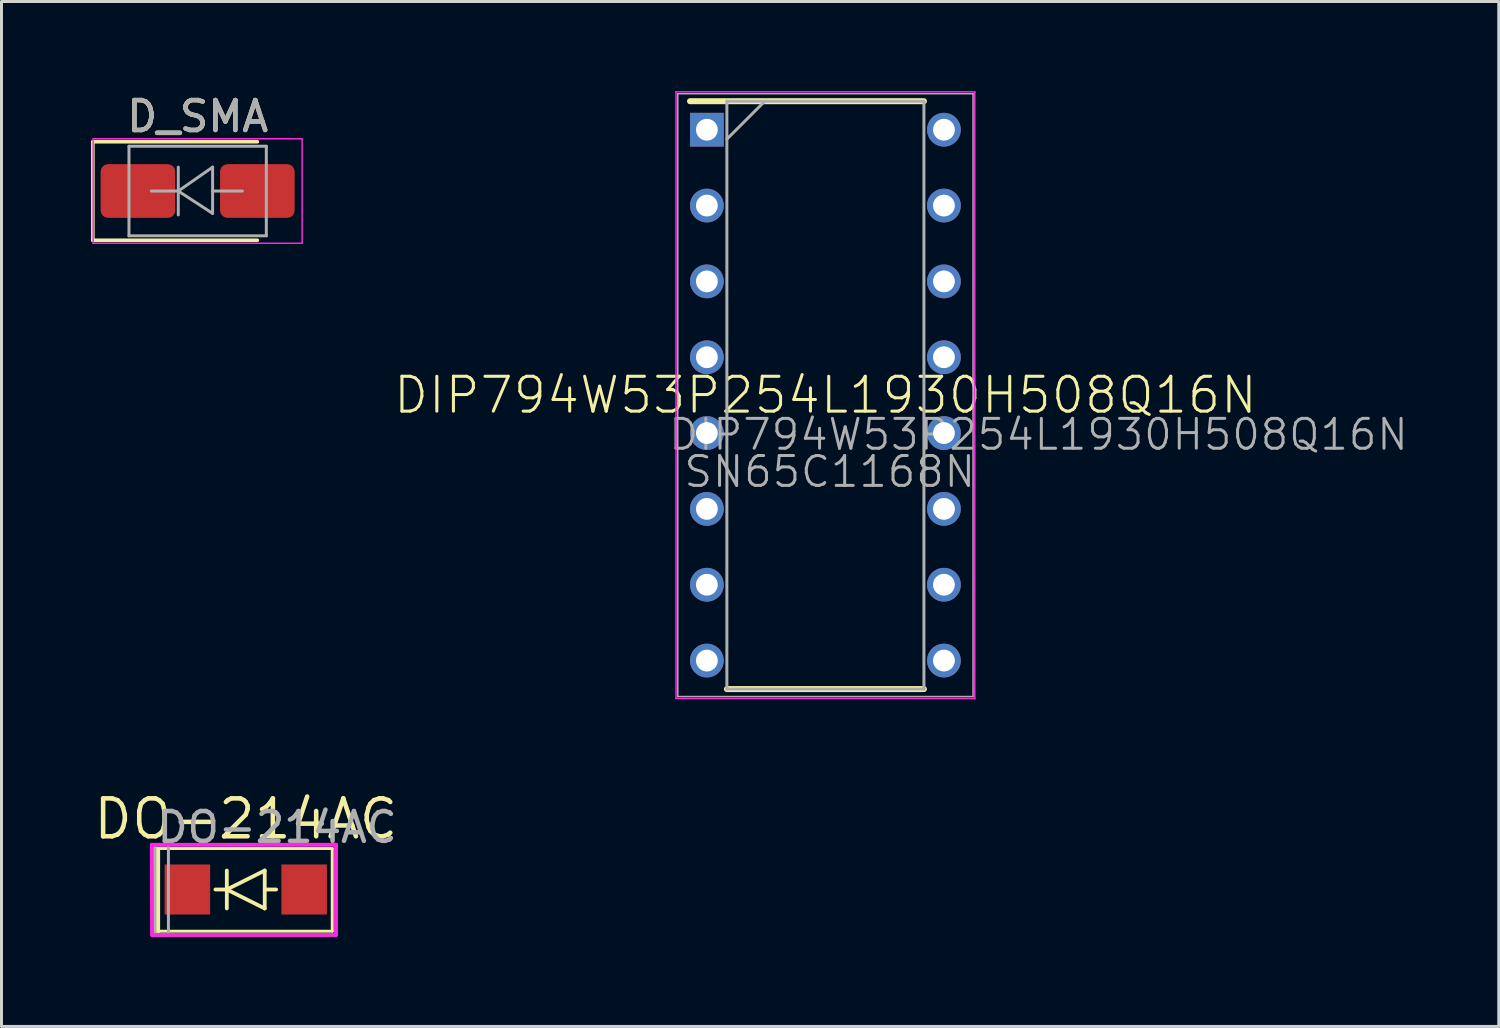
<source format=kicad_pcb>
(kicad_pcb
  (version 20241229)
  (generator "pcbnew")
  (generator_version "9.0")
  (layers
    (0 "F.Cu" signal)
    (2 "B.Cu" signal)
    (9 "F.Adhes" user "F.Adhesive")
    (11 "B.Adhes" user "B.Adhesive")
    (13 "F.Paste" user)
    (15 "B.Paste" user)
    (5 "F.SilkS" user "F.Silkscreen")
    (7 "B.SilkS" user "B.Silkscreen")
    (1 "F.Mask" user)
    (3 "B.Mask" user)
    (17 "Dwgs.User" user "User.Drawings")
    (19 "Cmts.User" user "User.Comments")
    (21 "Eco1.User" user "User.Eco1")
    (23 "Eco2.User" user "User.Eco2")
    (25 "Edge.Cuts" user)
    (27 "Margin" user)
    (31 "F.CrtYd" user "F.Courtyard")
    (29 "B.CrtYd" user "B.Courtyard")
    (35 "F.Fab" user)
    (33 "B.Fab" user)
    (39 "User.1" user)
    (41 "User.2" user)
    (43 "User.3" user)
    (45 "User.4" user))
  (footprint "D_SMA"
    (layer "F.Cu")
    (at 3.57 3.348)
    (property "Reference" "D_SMA" (at 0 -2.5 0) (layer "F.SilkS") (effects (font (size 1 1) (thickness 0.15))))
    (attr smd)
    (fp_line (start -3.51 -1.65) (end -3.51 1.65) (stroke (width 0.12) (type solid)) (layer "F.SilkS"))
    (fp_line (start -3.51 -1.65) (end 2 -1.65) (stroke (width 0.12) (type solid)) (layer "F.SilkS"))
    (fp_line (start -3.51 1.65) (end 2 1.65) (stroke (width 0.12) (type solid)) (layer "F.SilkS"))
    (fp_line (start -3.5 -1.75) (end 3.5 -1.75) (stroke (width 0.05) (type solid)) (layer "F.CrtYd"))
    (fp_line (start -3.5 1.75) (end -3.5 -1.75) (stroke (width 0.05) (type solid)) (layer "F.CrtYd"))
    (fp_line (start 3.5 -1.75) (end 3.5 1.75) (stroke (width 0.05) (type solid)) (layer "F.CrtYd"))
    (fp_line (start 3.5 1.75) (end -3.5 1.75) (stroke (width 0.05) (type solid)) (layer "F.CrtYd"))
    (fp_line (start -2.3 1.5) (end -2.3 -1.5) (stroke (width 0.1) (type solid)) (layer "F.Fab"))
    (fp_line (start -0.649 -0.799) (end -0.649 0.801) (stroke (width 0.1) (type solid)) (layer "F.Fab"))
    (fp_line (start -0.649 0.001) (end -1.551 0.001) (stroke (width 0.1) (type solid)) (layer "F.Fab"))
    (fp_line (start -0.649 0.001) (end 0.501 -0.799) (stroke (width 0.1) (type solid)) (layer "F.Fab"))
    (fp_line (start -0.649 0.001) (end 0.501 0.75) (stroke (width 0.1) (type solid)) (layer "F.Fab"))
    (fp_line (start 0.501 0.001) (end 1.499 0.001) (stroke (width 0.1) (type solid)) (layer "F.Fab"))
    (fp_line (start 0.501 0.75) (end 0.501 -0.799) (stroke (width 0.1) (type solid)) (layer "F.Fab"))
    (fp_line (start 2.3 -1.5) (end -2.3 -1.5) (stroke (width 0.1) (type solid)) (layer "F.Fab"))
    (fp_line (start 2.3 -1.5) (end 2.3 1.5) (stroke (width 0.1) (type solid)) (layer "F.Fab"))
    (fp_line (start 2.3 1.5) (end -2.3 1.5) (stroke (width 0.1) (type solid)) (layer "F.Fab"))
    (fp_text user "${REFERENCE}" (at 0 -2.5 0) (layer "F.Fab") (effects (font (size 1 1) (thickness 0.15))))
    (pad "1" smd roundrect (at -2 0) (size 2.5 1.8) (layers "F.Cu" "F.Mask" "F.Paste") (roundrect_rratio 0.139))
    (pad "2" smd roundrect (at 2 0) (size 2.5 1.8) (layers "F.Cu" "F.Mask" "F.Paste") (roundrect_rratio 0.139)))
  (footprint "DO-214AC"
    (layer "F.Cu")
    (at 5.182 26.743)
    (property "Reference" "DO-214AC" (at 0 -2.362 0) (layer "F.SilkS") (effects (font (size 1.27 1.27) (thickness 0.152))))
    (attr smd)
    (fp_line (start -2.921 -1.372) (end 2.896 -1.372) (stroke (width 0.1) (type default)) (layer "F.SilkS"))
    (fp_line (start -2.921 1.397) (end -2.921 -1.372) (stroke (width 0.1) (type default)) (layer "F.SilkS"))
    (fp_line (start -1.016 0) (end -0.635 0) (stroke (width 0.127) (type solid)) (layer "F.SilkS"))
    (fp_line (start -0.635 -0.635) (end -0.635 0.635) (stroke (width 0.127) (type solid)) (layer "F.SilkS"))
    (fp_line (start -0.635 0) (end 0.635 -0.635) (stroke (width 0.127) (type solid)) (layer "F.SilkS"))
    (fp_line (start 0.635 -0.635) (end 0.635 0.635) (stroke (width 0.127) (type solid)) (layer "F.SilkS"))
    (fp_line (start 0.635 0) (end 1.016 0) (stroke (width 0.127) (type solid)) (layer "F.SilkS"))
    (fp_line (start 0.635 0.635) (end -0.635 0) (stroke (width 0.127) (type solid)) (layer "F.SilkS"))
    (fp_line (start 2.896 -1.372) (end 2.896 1.397) (stroke (width 0.1) (type default)) (layer "F.SilkS"))
    (fp_line (start 2.896 1.397) (end -2.921 1.397) (stroke (width 0.1) (type default)) (layer "F.SilkS"))
    (fp_rect (start -3.13 -1.372) (end -2.921 1.4) (stroke (width 0.1) (type solid)) (fill yes) (layer "F.SilkS"))
    (fp_line (start -3.14 -1.499) (end 3.023 -1.499) (stroke (width 0.127) (type solid)) (layer "F.CrtYd"))
    (fp_line (start -3.14 1.524) (end -3.15 -1.499) (stroke (width 0.127) (type solid)) (layer "F.CrtYd"))
    (fp_line (start 3.022 1.524) (end -3.14 1.524) (stroke (width 0.127) (type solid)) (layer "F.CrtYd"))
    (fp_line (start 3.023 -1.499) (end 3.022 1.524) (stroke (width 0.127) (type solid)) (layer "F.CrtYd"))
    (fp_line (start -3.048 -1.499) (end -3.048 1.524) (stroke (width 0.1) (type default)) (layer "F.Fab"))
    (fp_line (start -3.048 -1.499) (end 3.023 -1.499) (stroke (width 0.1) (type default)) (layer "F.Fab"))
    (fp_line (start -3.048 1.524) (end 3.023 1.524) (stroke (width 0.1) (type default)) (layer "F.Fab"))
    (fp_line (start 3.023 -1.499) (end 3.023 1.524) (stroke (width 0.1) (type default)) (layer "F.Fab"))
    (fp_rect (start -3.048 -1.499) (end -2.591 1.524) (stroke (width 0.1) (type default)) (fill no) (layer "F.Fab"))
    (fp_text user "${REFERENCE}" (at -3.048 -1.499 0) (unlocked yes) (layer "F.Fab") (effects (font (size 1 1) (thickness 0.15)) (justify left bottom)))
    (pad "A" smd rect (at 1.956 0) (size 1.524 1.676) (layers "F.Cu" "F.Mask" "F.Paste"))
    (pad "K" smd rect (at -1.956 0) (size 1.524 1.676) (layers "F.Cu" "F.Mask" "F.Paste")))
  (footprint "DIP794W53P254L1930H508Q16N"
    (layer "F.Cu")
    (at 24.596 10.185)
    (property "Reference" "DIP794W53P254L1930H508Q16N" (at 0 0 0) (unlocked yes) (layer "F.SilkS") (effects (font (size 1.168 1.168) (thickness 0.102))))
    (fp_line (start -4.535 -9.845) (end 3.3 -9.845) (stroke (width 0.2) (type solid)) (layer "F.SilkS"))
    (fp_line (start -3.3 9.845) (end 3.3 9.845) (stroke (width 0.2) (type solid)) (layer "F.SilkS"))
    (fp_line (start -5.004 -10.16) (end 5.004 -10.16) (stroke (width 0.05) (type default)) (layer "F.CrtYd"))
    (fp_line (start -5.004 10.16) (end -5.004 -10.16) (stroke (width 0.05) (type default)) (layer "F.CrtYd"))
    (fp_line (start 5.004 -10.16) (end 5.004 10.16) (stroke (width 0.05) (type default)) (layer "F.CrtYd"))
    (fp_line (start 5.004 10.16) (end -5.004 10.16) (stroke (width 0.05) (type default)) (layer "F.CrtYd"))
    (fp_line (start -4.945 -10.095) (end 4.945 -10.095) (stroke (width 0.05) (type solid)) (layer "F.Fab"))
    (fp_line (start -4.945 10.095) (end -4.945 -10.095) (stroke (width 0.05) (type solid)) (layer "F.Fab"))
    (fp_line (start -3.3 -9.845) (end 3.3 -9.845) (stroke (width 0.1) (type solid)) (layer "F.Fab"))
    (fp_line (start -3.3 -8.575) (end -2.03 -9.845) (stroke (width 0.1) (type solid)) (layer "F.Fab"))
    (fp_line (start -3.3 9.845) (end -3.3 -9.845) (stroke (width 0.1) (type solid)) (layer "F.Fab"))
    (fp_line (start 3.3 -9.845) (end 3.3 9.845) (stroke (width 0.1) (type solid)) (layer "F.Fab"))
    (fp_line (start 3.3 9.845) (end -3.3 9.845) (stroke (width 0.1) (type solid)) (layer "F.Fab"))
    (fp_line (start 4.945 -10.095) (end 4.945 10.095) (stroke (width 0.05) (type solid)) (layer "F.Fab"))
    (fp_line (start 4.945 10.095) (end -4.945 10.095) (stroke (width 0.05) (type solid)) (layer "F.Fab"))
    (fp_text user "${REFERENCE}" (at -5.309 1.905 0) (unlocked yes) (layer "F.Fab") (effects (font (size 1 1) (thickness 0.1)) (justify left bottom)))
    (fp_text user "SN65C1168N" (at -4.801 3.15 0) (unlocked yes) (layer "F.Fab") (effects (font (size 1 1) (thickness 0.1)) (justify left bottom)))
    (pad "1" thru_hole rect (at -3.97 -8.89) (size 1.13 1.13) (drill 0.73) (layers "*.Cu" "*.Mask"))
    (pad "2" thru_hole circle (at -3.97 -6.35) (size 1.13 1.13) (drill 0.73) (layers "*.Cu" "*.Mask"))
    (pad "3" thru_hole circle (at -3.97 -3.81) (size 1.13 1.13) (drill 0.73) (layers "*.Cu" "*.Mask"))
    (pad "4" thru_hole circle (at -3.97 -1.27) (size 1.13 1.13) (drill 0.73) (layers "*.Cu" "*.Mask"))
    (pad "5" thru_hole circle (at -3.97 1.27) (size 1.13 1.13) (drill 0.73) (layers "*.Cu" "*.Mask"))
    (pad "6" thru_hole circle (at -3.97 3.81) (size 1.13 1.13) (drill 0.73) (layers "*.Cu" "*.Mask"))
    (pad "7" thru_hole circle (at -3.97 6.35) (size 1.13 1.13) (drill 0.73) (layers "*.Cu" "*.Mask"))
    (pad "8" thru_hole circle (at -3.97 8.89) (size 1.13 1.13) (drill 0.73) (layers "*.Cu" "*.Mask"))
    (pad "9" thru_hole circle (at 3.97 8.89) (size 1.13 1.13) (drill 0.73) (layers "*.Cu" "*.Mask"))
    (pad "10" thru_hole circle (at 3.97 6.35) (size 1.13 1.13) (drill 0.73) (layers "*.Cu" "*.Mask"))
    (pad "11" thru_hole circle (at 3.97 3.81) (size 1.13 1.13) (drill 0.73) (layers "*.Cu" "*.Mask"))
    (pad "12" thru_hole circle (at 3.97 1.27) (size 1.13 1.13) (drill 0.73) (layers "*.Cu" "*.Mask"))
    (pad "13" thru_hole circle (at 3.97 -1.27) (size 1.13 1.13) (drill 0.73) (layers "*.Cu" "*.Mask"))
    (pad "14" thru_hole circle (at 3.97 -3.81) (size 1.13 1.13) (drill 0.73) (layers "*.Cu" "*.Mask"))
    (pad "15" thru_hole circle (at 3.97 -6.35) (size 1.13 1.13) (drill 0.73) (layers "*.Cu" "*.Mask"))
    (pad "16" thru_hole circle (at 3.97 -8.89) (size 1.13 1.13) (drill 0.73) (layers "*.Cu" "*.Mask")))
  (gr_rect
    (start -3 -3)
    (end 47.15 31.33)
    (stroke (width 0.1) (type default))
    (fill no)
    (layer "Edge.Cuts")))
</source>
